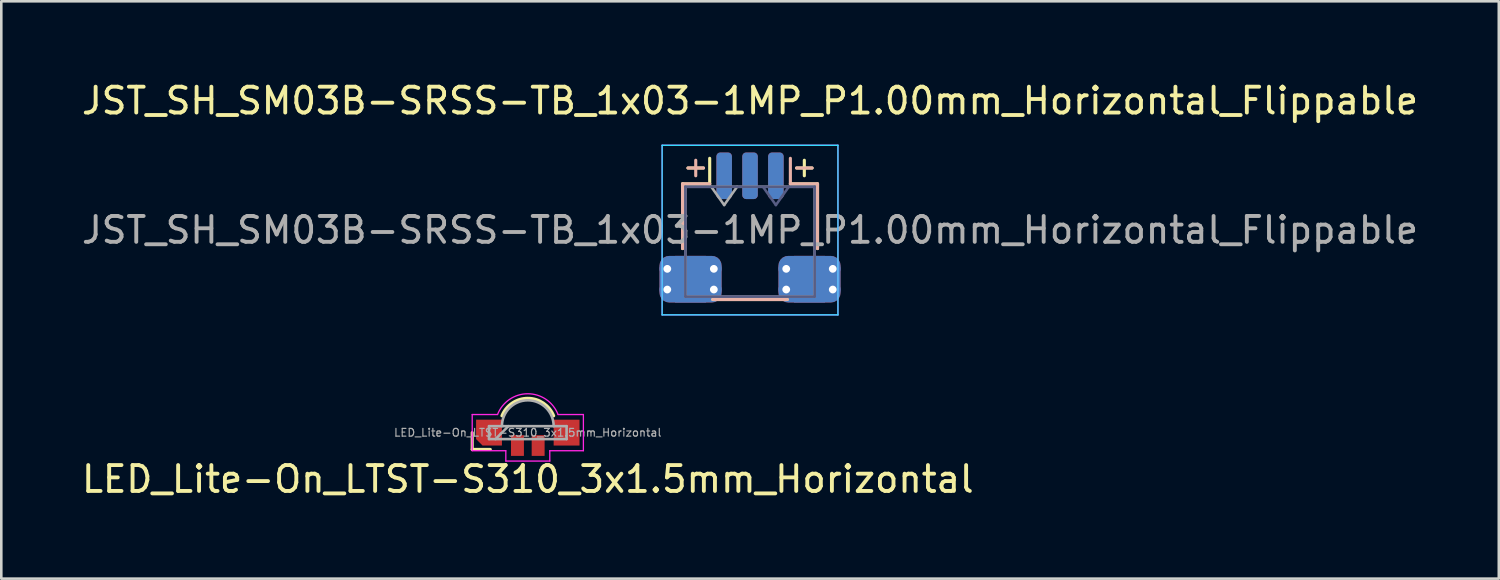
<source format=kicad_pcb>
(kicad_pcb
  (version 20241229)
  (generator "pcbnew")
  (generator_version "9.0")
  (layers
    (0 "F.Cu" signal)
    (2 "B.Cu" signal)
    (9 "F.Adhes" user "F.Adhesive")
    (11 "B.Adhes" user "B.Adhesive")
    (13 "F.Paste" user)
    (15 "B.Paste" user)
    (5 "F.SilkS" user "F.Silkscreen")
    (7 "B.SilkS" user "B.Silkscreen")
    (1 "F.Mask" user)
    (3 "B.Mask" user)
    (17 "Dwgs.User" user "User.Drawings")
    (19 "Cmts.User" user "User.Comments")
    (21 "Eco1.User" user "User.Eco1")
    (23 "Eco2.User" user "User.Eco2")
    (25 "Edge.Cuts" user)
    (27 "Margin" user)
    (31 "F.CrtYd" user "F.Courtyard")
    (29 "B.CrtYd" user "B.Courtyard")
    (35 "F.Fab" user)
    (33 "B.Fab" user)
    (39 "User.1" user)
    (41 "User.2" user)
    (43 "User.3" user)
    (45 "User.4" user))
  (footprint "LED_Lite-On_LTST-S310_3x1.5mm_Horizontal"
    (layer "F.Cu")
    (at 17.363 13.682)
    (property "Reference" "LED_Lite-On_LTST-S310_3x1.5mm_Horizontal" (at 0 1.8 0) (layer "F.SilkS") (effects (font (size 1 1) (thickness 0.15))))
    (attr smd)
    (fp_line (start -2.15 0) (end -2.15 0.65) (stroke (width 0.12) (type solid)) (layer "F.SilkS"))
    (fp_line (start -2.15 0.65) (end -1.45 0.65) (stroke (width 0.12) (type solid)) (layer "F.SilkS"))
    (fp_arc (start -1 -0.65) (mid 0 -1.327033) (end 1 -0.65) (stroke (width 0.12) (type solid)) (layer "F.SilkS"))
    (fp_line (start -2.15 -0.7) (end -1.17 -0.7) (stroke (width 0.05) (type solid)) (layer "F.CrtYd"))
    (fp_line (start -2.15 0.7) (end -2.15 -0.7) (stroke (width 0.05) (type solid)) (layer "F.CrtYd"))
    (fp_line (start -2.15 0.7) (end -0.85 0.7) (stroke (width 0.05) (type solid)) (layer "F.CrtYd"))
    (fp_line (start -0.85 0.7) (end -0.85 1.1) (stroke (width 0.05) (type solid)) (layer "F.CrtYd"))
    (fp_line (start -0.85 1.1) (end 0.85 1.1) (stroke (width 0.05) (type solid)) (layer "F.CrtYd"))
    (fp_line (start 0.85 0.7) (end 2.15 0.7) (stroke (width 0.05) (type solid)) (layer "F.CrtYd"))
    (fp_line (start 0.85 1.1) (end 0.85 0.7) (stroke (width 0.05) (type solid)) (layer "F.CrtYd"))
    (fp_line (start 1.17 -0.7) (end 2.15 -0.7) (stroke (width 0.05) (type solid)) (layer "F.CrtYd"))
    (fp_line (start 2.15 0.7) (end 2.15 -0.7) (stroke (width 0.05) (type solid)) (layer "F.CrtYd"))
    (fp_arc (start -1.17 -0.7) (mid 0 -1.503555) (end 1.17 -0.7) (stroke (width 0.05) (type solid)) (layer "F.CrtYd"))
    (fp_line (start -1.5 -0.25) (end -1.5 0.25) (stroke (width 0.1) (type solid)) (layer "F.Fab"))
    (fp_line (start -1.5 0.25) (end 1.5 0.25) (stroke (width 0.1) (type solid)) (layer "F.Fab"))
    (fp_line (start -0.75 -0.25) (end -1.25 0.25) (stroke (width 0.1) (type solid)) (layer "F.Fab"))
    (fp_line (start 1.5 -0.25) (end -1.5 -0.25) (stroke (width 0.1) (type solid)) (layer "F.Fab"))
    (fp_line (start 1.5 0.25) (end 1.5 -0.25) (stroke (width 0.1) (type solid)) (layer "F.Fab"))
    (fp_arc (start -1 -0.25) (mid 0 -1.25) (end 1 -0.25) (stroke (width 0.1) (type solid)) (layer "F.Fab"))
    (fp_text user "${REFERENCE}" (at 0 0 0) (layer "F.Fab") (effects (font (size 0.3 0.3) (thickness 0.045))))
    (pad "1" smd rect (at -0.4 0.5) (size 0.5 0.8) (layers "F.Cu" "F.Mask" "F.Paste"))
    (pad "2" smd rect (at 0.4 0.5) (size 0.5 0.8) (layers "F.Cu" "F.Mask" "F.Paste"))
    (pad "3" smd rect (at 1.5 0) (size 1 1) (layers "F.Cu" "F.Mask" "F.Paste"))
    (pad "4" smd custom (at -1.5 0 90) (size 0.5 0.5) (layers "F.Cu" "F.Mask" "F.Paste") (options (anchor rect)) (primitives (gr_poly (pts (xy -0.5 -0.25) (xy -0.25 -0.5) (xy 0.5 -0.5) (xy 0.5 0.5) (xy -0.5 0.5)) (width 0) (fill yes)))))
  (footprint "JST_SH_SM03B-SRSS-TB_1x03-1MP_P1.00mm_Horizontal_Flippable"
    (layer "F.Cu")
    (at 25.958 5.848)
    (property "Reference" "JST_SH_SM03B-SRSS-TB_1x03-1MP_P1.00mm_Horizontal_Flippable" (at 0 -5 0) (layer "F.SilkS") (effects (font (size 1 1) (thickness 0.15))))
    (attr smd)
    (fp_line (start -2.61 -1.785) (end -1.56 -1.785) (stroke (width 0.12) (type solid)) (layer "F.SilkS"))
    (fp_line (start -2.61 0.715) (end -2.61 -1.785) (stroke (width 0.12) (type solid)) (layer "F.SilkS"))
    (fp_line (start -2.4 -2.4) (end -1.8 -2.4) (stroke (width 0.12) (type default)) (layer "F.SilkS"))
    (fp_line (start -1.56 -1.785) (end -1.56 -2.775) (stroke (width 0.12) (type solid)) (layer "F.SilkS"))
    (fp_line (start -1.44 2.685) (end 1.44 2.685) (stroke (width 0.12) (type solid)) (layer "F.SilkS"))
    (fp_line (start 1.8 -2.4) (end 2.4 -2.4) (stroke (width 0.12) (type default)) (layer "F.SilkS"))
    (fp_line (start 2.1 -2.1) (end 2.1 -2.7) (stroke (width 0.12) (type default)) (layer "F.SilkS"))
    (fp_line (start 2.61 -1.785) (end 1.56 -1.785) (stroke (width 0.12) (type solid)) (layer "F.SilkS"))
    (fp_line (start 2.61 0.715) (end 2.61 -1.785) (stroke (width 0.12) (type solid)) (layer "F.SilkS"))
    (fp_line (start -2.61 -1.785) (end -1.56 -1.785) (stroke (width 0.12) (type solid)) (layer "B.SilkS"))
    (fp_line (start -2.61 0.715) (end -2.61 -1.785) (stroke (width 0.12) (type solid)) (layer "B.SilkS"))
    (fp_line (start -2.1 -2.1) (end -2.1 -2.7) (stroke (width 0.12) (type default)) (layer "B.SilkS"))
    (fp_line (start -1.8 -2.4) (end -2.4 -2.4) (stroke (width 0.12) (type default)) (layer "B.SilkS"))
    (fp_line (start 1.44 2.685) (end -1.44 2.685) (stroke (width 0.12) (type solid)) (layer "B.SilkS"))
    (fp_line (start 1.56 -1.785) (end 1.56 -2.775) (stroke (width 0.12) (type solid)) (layer "B.SilkS"))
    (fp_line (start 2.4 -2.4) (end 1.8 -2.4) (stroke (width 0.12) (type default)) (layer "B.SilkS"))
    (fp_line (start 2.61 -1.785) (end 1.56 -1.785) (stroke (width 0.12) (type solid)) (layer "B.SilkS"))
    (fp_line (start 2.61 0.715) (end 2.61 -1.785) (stroke (width 0.12) (type solid)) (layer "B.SilkS"))
    (fp_line (start -3.4 -3.28) (end 3.4 -3.28) (stroke (width 0.05) (type solid)) (layer "B.CrtYd"))
    (fp_line (start -3.4 3.28) (end -3.4 -3.28) (stroke (width 0.05) (type solid)) (layer "B.CrtYd"))
    (fp_line (start 3.4 -3.28) (end 3.4 3.28) (stroke (width 0.05) (type solid)) (layer "B.CrtYd"))
    (fp_line (start 3.4 3.28) (end -3.4 3.28) (stroke (width 0.05) (type solid)) (layer "B.CrtYd"))
    (fp_line (start -3.4 -3.28) (end -3.4 3.28) (stroke (width 0.05) (type solid)) (layer "F.CrtYd"))
    (fp_line (start -3.4 3.28) (end 3.4 3.28) (stroke (width 0.05) (type solid)) (layer "F.CrtYd"))
    (fp_line (start 3.4 -3.28) (end -3.4 -3.28) (stroke (width 0.05) (type solid)) (layer "F.CrtYd"))
    (fp_line (start 3.4 3.28) (end 3.4 -3.28) (stroke (width 0.05) (type solid)) (layer "F.CrtYd"))
    (fp_line (start -2.5 -1.675) (end -2.5 2.575) (stroke (width 0.1) (type solid)) (layer "B.Fab"))
    (fp_line (start 1 -0.968) (end 0.5 -1.675) (stroke (width 0.1) (type solid)) (layer "B.Fab"))
    (fp_line (start 1.5 -1.675) (end 1 -0.968) (stroke (width 0.1) (type solid)) (layer "B.Fab"))
    (fp_line (start 2.5 -1.675) (end -2.5 -1.675) (stroke (width 0.1) (type solid)) (layer "B.Fab"))
    (fp_line (start 2.5 -1.675) (end 2.5 2.575) (stroke (width 0.1) (type solid)) (layer "B.Fab"))
    (fp_line (start 2.5 2.575) (end -2.5 2.575) (stroke (width 0.1) (type solid)) (layer "B.Fab"))
    (fp_line (start -2.5 -1.675) (end -2.5 2.575) (stroke (width 0.1) (type solid)) (layer "F.Fab"))
    (fp_line (start -2.5 -1.675) (end 2.5 -1.675) (stroke (width 0.1) (type solid)) (layer "F.Fab"))
    (fp_line (start -2.5 2.575) (end 2.5 2.575) (stroke (width 0.1) (type solid)) (layer "F.Fab"))
    (fp_line (start -1.5 -1.675) (end -1 -0.968) (stroke (width 0.1) (type solid)) (layer "F.Fab"))
    (fp_line (start -1 -0.968) (end -0.5 -1.675) (stroke (width 0.1) (type solid)) (layer "F.Fab"))
    (fp_line (start 2.5 -1.675) (end 2.5 2.575) (stroke (width 0.1) (type solid)) (layer "F.Fab"))
    (fp_text user "${REFERENCE}" (at 0 0 0) (layer "F.Fab") (effects (font (size 1 1) (thickness 0.15))))
    (pad "1" smd roundrect (at -1 -2.1) (size 0.6 1.8) (layers "F.Cu" "F.Mask" "F.Paste") (roundrect_rratio 0.25))
    (pad "1" smd roundrect (at 1 -2.1) (size 0.6 1.8) (layers "B.Cu" "B.Mask" "B.Paste") (roundrect_rratio 0.25))
    (pad "2" smd roundrect (at 0 -2.1) (size 0.6 1.8) (layers "F.Cu" "F.Mask" "F.Paste") (roundrect_rratio 0.25))
    (pad "2" smd roundrect (at 0 -2.1) (size 0.6 1.8) (layers "B.Cu" "B.Mask" "B.Paste") (roundrect_rratio 0.25))
    (pad "3" smd roundrect (at -1 -2.1) (size 0.6 1.8) (layers "B.Cu" "B.Mask" "B.Paste") (roundrect_rratio 0.25))
    (pad "3" smd roundrect (at 1 -2.1) (size 0.6 1.8) (layers "F.Cu" "F.Mask" "F.Paste") (roundrect_rratio 0.25))
    (pad "MP" thru_hole circle (at -3.2 1.5) (size 0.6 0.6) (drill 0.3) (layers "*.Cu" "*.Mask"))
    (pad "MP" thru_hole circle (at -3.2 2.3) (size 0.6 0.6) (drill 0.3) (layers "*.Cu" "*.Mask"))
    (pad "MP" smd rect (at -2.3 1.9) (size 1.2 1.8) (layers "F.Cu" "F.Mask" "F.Paste"))
    (pad "MP" smd rect (at -2.3 1.9) (size 1.2 1.8) (layers "B.Cu" "B.Mask" "B.Paste"))
    (pad "MP" smd roundrect (at -2.3 1.9) (size 2.4 1.8) (layers "F.Cu") (roundrect_rratio 0.208))
    (pad "MP" smd roundrect (at -2.3 1.9) (size 2.4 1.8) (layers "B.Cu") (roundrect_rratio 0.208))
    (pad "MP" thru_hole circle (at -1.4 1.5) (size 0.6 0.6) (drill 0.3) (layers "*.Cu" "*.Mask"))
    (pad "MP" thru_hole circle (at -1.4 2.3) (size 0.6 0.6) (drill 0.3) (layers "*.Cu" "*.Mask"))
    (pad "MP" thru_hole circle (at 1.4 1.5) (size 0.6 0.6) (drill 0.3) (layers "*.Cu" "*.Mask"))
    (pad "MP" thru_hole circle (at 1.4 2.3) (size 0.6 0.6) (drill 0.3) (layers "*.Cu" "*.Mask"))
    (pad "MP" smd rect (at 2.3 1.9) (size 1.2 1.8) (layers "F.Cu" "F.Mask" "F.Paste"))
    (pad "MP" smd rect (at 2.3 1.9) (size 1.2 1.8) (layers "B.Cu" "B.Mask" "B.Paste"))
    (pad "MP" smd roundrect (at 2.3 1.9) (size 2.4 1.8) (layers "F.Cu") (roundrect_rratio 0.208))
    (pad "MP" smd roundrect (at 2.3 1.9) (size 2.4 1.8) (layers "B.Cu") (roundrect_rratio 0.208))
    (pad "MP" thru_hole circle (at 3.2 1.5) (size 0.6 0.6) (drill 0.3) (layers "*.Cu" "*.Mask"))
    (pad "MP" thru_hole circle (at 3.2 2.3) (size 0.6 0.6) (drill 0.3) (layers "*.Cu" "*.Mask")))
  (gr_rect
    (start -3 -3)
    (end 54.917 19.33)
    (stroke (width 0.1) (type default))
    (fill no)
    (layer "Edge.Cuts")))
</source>
